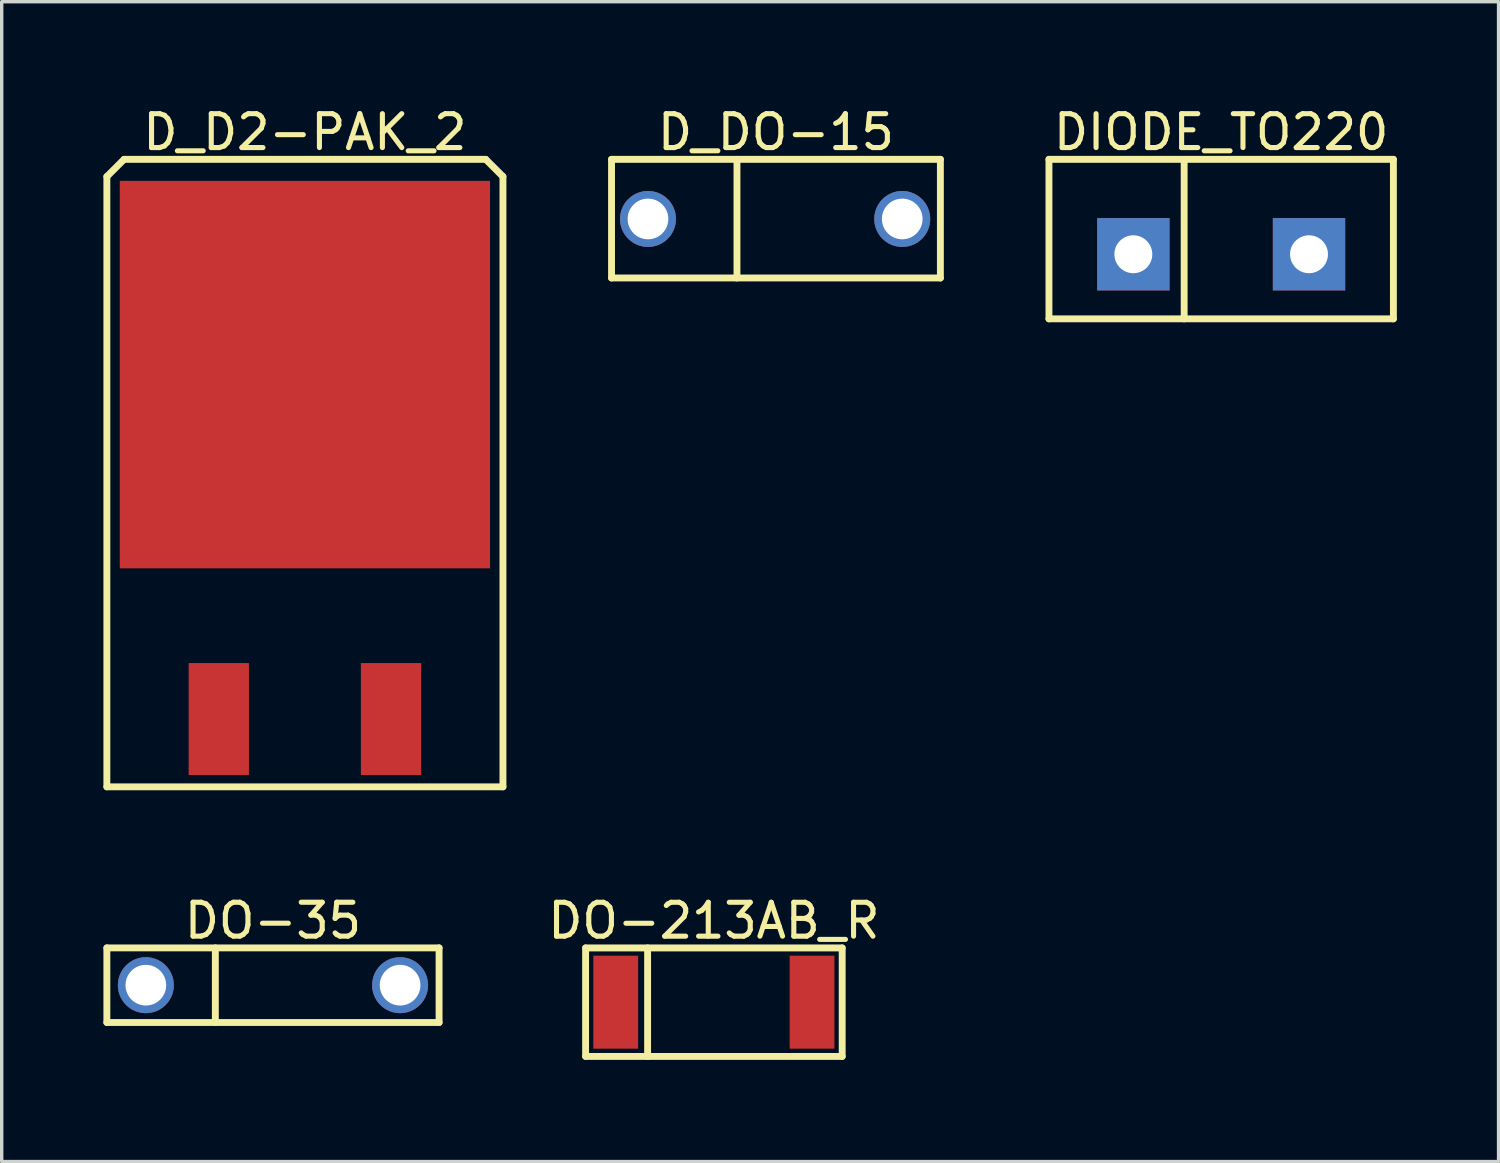
<source format=kicad_pcb>
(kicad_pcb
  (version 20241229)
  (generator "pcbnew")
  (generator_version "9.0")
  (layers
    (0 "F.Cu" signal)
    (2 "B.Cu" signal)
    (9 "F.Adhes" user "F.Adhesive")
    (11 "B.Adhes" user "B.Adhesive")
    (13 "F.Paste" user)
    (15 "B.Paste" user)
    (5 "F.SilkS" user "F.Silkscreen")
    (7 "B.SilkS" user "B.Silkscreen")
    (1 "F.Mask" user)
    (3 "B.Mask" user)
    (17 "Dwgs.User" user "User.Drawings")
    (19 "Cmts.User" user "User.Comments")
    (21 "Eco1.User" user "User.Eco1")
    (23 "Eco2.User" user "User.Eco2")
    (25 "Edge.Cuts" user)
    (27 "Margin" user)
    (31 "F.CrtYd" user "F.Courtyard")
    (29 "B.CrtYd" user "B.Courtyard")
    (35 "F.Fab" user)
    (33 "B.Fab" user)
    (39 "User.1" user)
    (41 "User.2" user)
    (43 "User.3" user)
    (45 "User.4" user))
  (footprint "D_DO-15"
    (layer "F.Cu")
    (at 19.813 3.409)
    (property "Reference" "D_DO-15" (at 0.026 -2.561 0) (layer "F.SilkS") (effects (font (size 1 1) (thickness 0.15))))
    (fp_line (start -4.824 -1.759) (end 4.876 -1.759) (stroke (width 0.203) (type solid)) (layer "F.SilkS"))
    (fp_line (start -4.824 1.741) (end -4.824 -1.759) (stroke (width 0.203) (type solid)) (layer "F.SilkS"))
    (fp_line (start -4.824 1.741) (end 4.876 1.741) (stroke (width 0.203) (type solid)) (layer "F.SilkS"))
    (fp_line (start -1.124 1.741) (end -1.124 -1.759) (stroke (width 0.203) (type solid)) (layer "F.SilkS"))
    (fp_line (start 4.876 1.741) (end 4.876 -1.759) (stroke (width 0.203) (type solid)) (layer "F.SilkS"))
    (pad "A" thru_hole circle (at 3.751 -0.00008) (size 1.651 1.651) (drill 1.2) (layers "*.Cu" "*.Mask"))
    (pad "K" thru_hole circle (at -3.749 -0.00008) (size 1.651 1.651) (drill 1.2) (layers "*.Cu" "*.Mask")))
  (footprint "D_D2-PAK_2"
    (layer "F.Cu")
    (at 5.944 18.16)
    (property "Reference" "D_D2-PAK_2" (at 0 -17.312 0) (layer "F.SilkS") (effects (font (size 1 1) (thickness 0.15))))
    (fp_line (start -5.842 -16.002) (end -5.334 -16.51) (stroke (width 0.203) (type solid)) (layer "F.SilkS"))
    (fp_line (start -5.842 2) (end -5.842 -16.002) (stroke (width 0.203) (type solid)) (layer "F.SilkS"))
    (fp_line (start -5.842 2) (end 5.842 2) (stroke (width 0.203) (type solid)) (layer "F.SilkS"))
    (fp_line (start -5.334 -16.51) (end 5.334 -16.51) (stroke (width 0.203) (type solid)) (layer "F.SilkS"))
    (fp_line (start 5.334 -16.51) (end 5.842 -16.002) (stroke (width 0.203) (type solid)) (layer "F.SilkS"))
    (fp_line (start 5.842 2) (end 5.842 -16.002) (stroke (width 0.203) (type solid)) (layer "F.SilkS"))
    (pad "A1" smd rect (at -2.54 0) (size 1.778 3.302) (layers "F.Cu" "F.Mask" "F.Paste"))
    (pad "A2" smd rect (at 2.54 0) (size 1.778 3.302) (layers "F.Cu" "F.Mask" "F.Paste"))
    (pad "K" smd rect (at 0 -10.16) (size 10.922 11.43) (layers "F.Cu" "F.Mask" "F.Paste")))
  (footprint "DO-213AB_R"
    (layer "F.Cu")
    (at 18.466 26.512)
    (property "Reference" "DO-213AB_R" (at -0.457 -2.402 0) (layer "F.SilkS") (effects (font (size 1 1) (thickness 0.15))))
    (fp_line (start -4.242 -1.6) (end 3.327 -1.6) (stroke (width 0.203) (type solid)) (layer "F.SilkS"))
    (fp_line (start -4.242 1.6) (end -4.242 -1.6) (stroke (width 0.203) (type solid)) (layer "F.SilkS"))
    (fp_line (start -4.242 1.6) (end 3.327 1.6) (stroke (width 0.203) (type solid)) (layer "F.SilkS"))
    (fp_line (start -2.413 1.6) (end -2.413 -1.6) (stroke (width 0.203) (type solid)) (layer "F.SilkS"))
    (fp_line (start 3.327 1.6) (end 3.327 -1.6) (stroke (width 0.203) (type solid)) (layer "F.SilkS"))
    (pad "A" smd rect (at 2.438 0 90) (size 2.743 1.321) (layers "F.Cu" "F.Mask" "F.Paste"))
    (pad "K" smd rect (at -3.353 0 90) (size 2.743 1.321) (layers "F.Cu" "F.Mask" "F.Paste")))
  (footprint "DIODE_TO220"
    (layer "F.Cu")
    (at 32.972 4.45)
    (property "Reference" "DIODE_TO220" (at 0 -3.602 0) (layer "F.SilkS") (effects (font (size 1 1) (thickness 0.15))))
    (fp_line (start -5.08 -2.8) (end 5.08 -2.8) (stroke (width 0.203) (type solid)) (layer "F.SilkS"))
    (fp_line (start -5.08 1.905) (end -5.08 -2.8) (stroke (width 0.203) (type solid)) (layer "F.SilkS"))
    (fp_line (start -5.08 1.905) (end 5.08 1.905) (stroke (width 0.203) (type solid)) (layer "F.SilkS"))
    (fp_line (start -1.092 1.905) (end -1.092 -2.794) (stroke (width 0.203) (type solid)) (layer "F.SilkS"))
    (fp_line (start 5.08 1.905) (end 5.08 -2.8) (stroke (width 0.203) (type solid)) (layer "F.SilkS"))
    (pad "A" thru_hole rect (at 2.591 0) (size 2.134 2.134) (drill 1.118) (layers "*.Cu" "*.Mask"))
    (pad "K" thru_hole rect (at -2.591 0) (size 2.134 2.134) (drill 1.118) (layers "*.Cu" "*.Mask")))
  (footprint "DO-35"
    (layer "F.Cu")
    (at 5.002 26.011)
    (property "Reference" "DO-35" (at 0 -1.902 0) (layer "F.SilkS") (effects (font (size 1 1) (thickness 0.15))))
    (fp_line (start -4.9 -1.1) (end 4.9 -1.1) (stroke (width 0.203) (type solid)) (layer "F.SilkS"))
    (fp_line (start -4.9 1.1) (end -4.9 -1.1) (stroke (width 0.203) (type solid)) (layer "F.SilkS"))
    (fp_line (start -4.9 1.1) (end 4.9 1.1) (stroke (width 0.203) (type solid)) (layer "F.SilkS"))
    (fp_line (start -1.7 1.1) (end -1.7 -1.1) (stroke (width 0.203) (type solid)) (layer "F.SilkS"))
    (fp_line (start 4.9 1.1) (end 4.9 -1.1) (stroke (width 0.203) (type solid)) (layer "F.SilkS"))
    (pad "A" thru_hole circle (at 3.75 0 180) (size 1.651 1.651) (drill 1.2) (layers "*.Cu" "*.Mask"))
    (pad "K" thru_hole circle (at -3.75 0 180) (size 1.651 1.651) (drill 1.2) (layers "*.Cu" "*.Mask")))
  (gr_rect
    (start -3 -3)
    (end 41.154 31.213)
    (stroke (width 0.1) (type default))
    (fill no)
    (layer "Edge.Cuts")))
</source>
